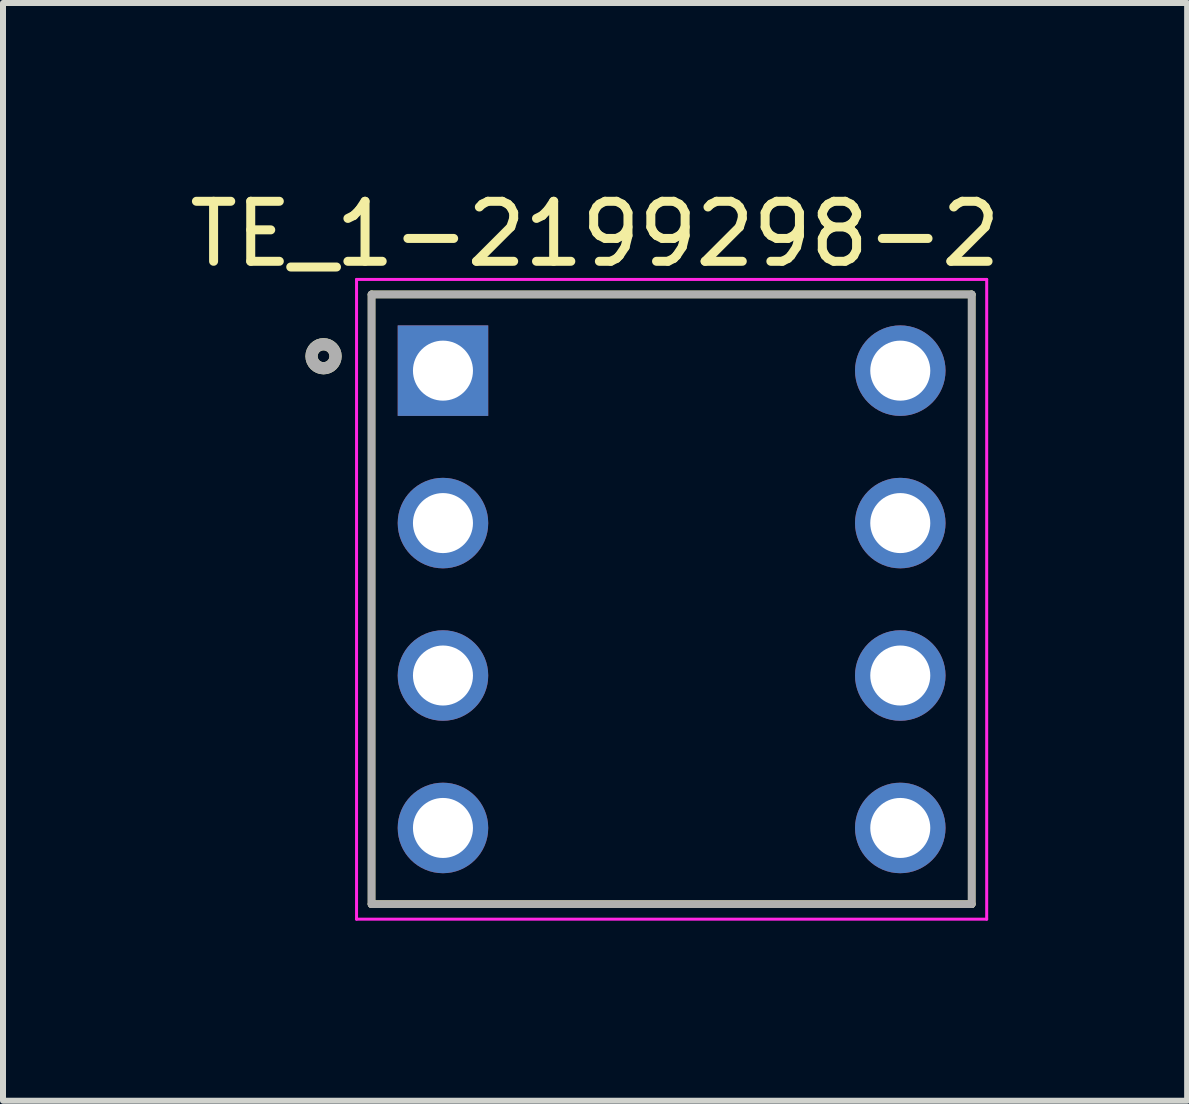
<source format=kicad_pcb>
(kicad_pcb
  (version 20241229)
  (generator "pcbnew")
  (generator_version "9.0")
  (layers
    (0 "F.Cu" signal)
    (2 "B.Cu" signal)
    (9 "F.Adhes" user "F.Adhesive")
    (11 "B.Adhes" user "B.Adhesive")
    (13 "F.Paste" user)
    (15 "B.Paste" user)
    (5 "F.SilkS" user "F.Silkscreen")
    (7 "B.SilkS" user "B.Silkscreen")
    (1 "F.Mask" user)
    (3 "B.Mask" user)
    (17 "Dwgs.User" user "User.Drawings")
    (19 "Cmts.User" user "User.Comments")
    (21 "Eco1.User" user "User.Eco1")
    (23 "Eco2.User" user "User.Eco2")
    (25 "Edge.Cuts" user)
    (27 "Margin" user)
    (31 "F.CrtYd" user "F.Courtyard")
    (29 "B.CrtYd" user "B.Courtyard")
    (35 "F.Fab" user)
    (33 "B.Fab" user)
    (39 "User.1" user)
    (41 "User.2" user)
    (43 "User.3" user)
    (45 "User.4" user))
  (footprint "TE_1-2199298-2"
    (layer "F.Cu")
    (at 8.141 6.936)
    (property "Reference" "TE_1-2199298-2" (at -1.275 -6.087 0) (layer "F.SilkS") (effects (font (size 1 1) (thickness 0.15))))
    (attr through_hole)
    (fp_line (start -5 -5.08) (end 5 -5.08) (stroke (width 0.127) (type solid)) (layer "F.SilkS"))
    (fp_line (start -5 5.08) (end -5 -5.08) (stroke (width 0.127) (type solid)) (layer "F.SilkS"))
    (fp_line (start 5 -5.08) (end 5 5.08) (stroke (width 0.127) (type solid)) (layer "F.SilkS"))
    (fp_line (start 5 5.08) (end -5 5.08) (stroke (width 0.127) (type solid)) (layer "F.SilkS"))
    (fp_circle (center -5.8 -4.05) (end -5.6 -4.05) (stroke (width 0.203) (type solid)) (fill no) (layer "F.SilkS"))
    (fp_line (start -5.25 -5.33) (end 5.25 -5.33) (stroke (width 0.05) (type solid)) (layer "F.CrtYd"))
    (fp_line (start -5.25 5.33) (end -5.25 -5.33) (stroke (width 0.05) (type solid)) (layer "F.CrtYd"))
    (fp_line (start 5.25 -5.33) (end 5.25 5.33) (stroke (width 0.05) (type solid)) (layer "F.CrtYd"))
    (fp_line (start 5.25 5.33) (end -5.25 5.33) (stroke (width 0.05) (type solid)) (layer "F.CrtYd"))
    (fp_line (start -5 -5.08) (end 5 -5.08) (stroke (width 0.127) (type solid)) (layer "F.Fab"))
    (fp_line (start -5 5.08) (end -5 -5.08) (stroke (width 0.127) (type solid)) (layer "F.Fab"))
    (fp_line (start 5 -5.08) (end 5 5.08) (stroke (width 0.127) (type solid)) (layer "F.Fab"))
    (fp_line (start 5 5.08) (end -5 5.08) (stroke (width 0.127) (type solid)) (layer "F.Fab"))
    (fp_circle (center -5.8 -4.05) (end -5.6 -4.05) (stroke (width 0.203) (type solid)) (fill no) (layer "F.Fab"))
    (pad "1" thru_hole rect (at -3.81 -3.81) (size 1.508 1.508) (drill 1) (layers "*.Cu" "*.Mask"))
    (pad "2" thru_hole circle (at -3.81 -1.27) (size 1.508 1.508) (drill 1) (layers "*.Cu" "*.Mask"))
    (pad "3" thru_hole circle (at -3.81 1.27) (size 1.508 1.508) (drill 1) (layers "*.Cu" "*.Mask"))
    (pad "4" thru_hole circle (at -3.81 3.81) (size 1.508 1.508) (drill 1) (layers "*.Cu" "*.Mask"))
    (pad "5" thru_hole circle (at 3.81 3.81) (size 1.508 1.508) (drill 1) (layers "*.Cu" "*.Mask"))
    (pad "6" thru_hole circle (at 3.81 1.27) (size 1.508 1.508) (drill 1) (layers "*.Cu" "*.Mask"))
    (pad "7" thru_hole circle (at 3.81 -1.27) (size 1.508 1.508) (drill 1) (layers "*.Cu" "*.Mask"))
    (pad "8" thru_hole circle (at 3.81 -3.81) (size 1.508 1.508) (drill 1) (layers "*.Cu" "*.Mask")))
  (gr_rect
    (start -3 -3)
    (end 16.731 15.291)
    (stroke (width 0.1) (type default))
    (fill no)
    (layer "Edge.Cuts")))
</source>
